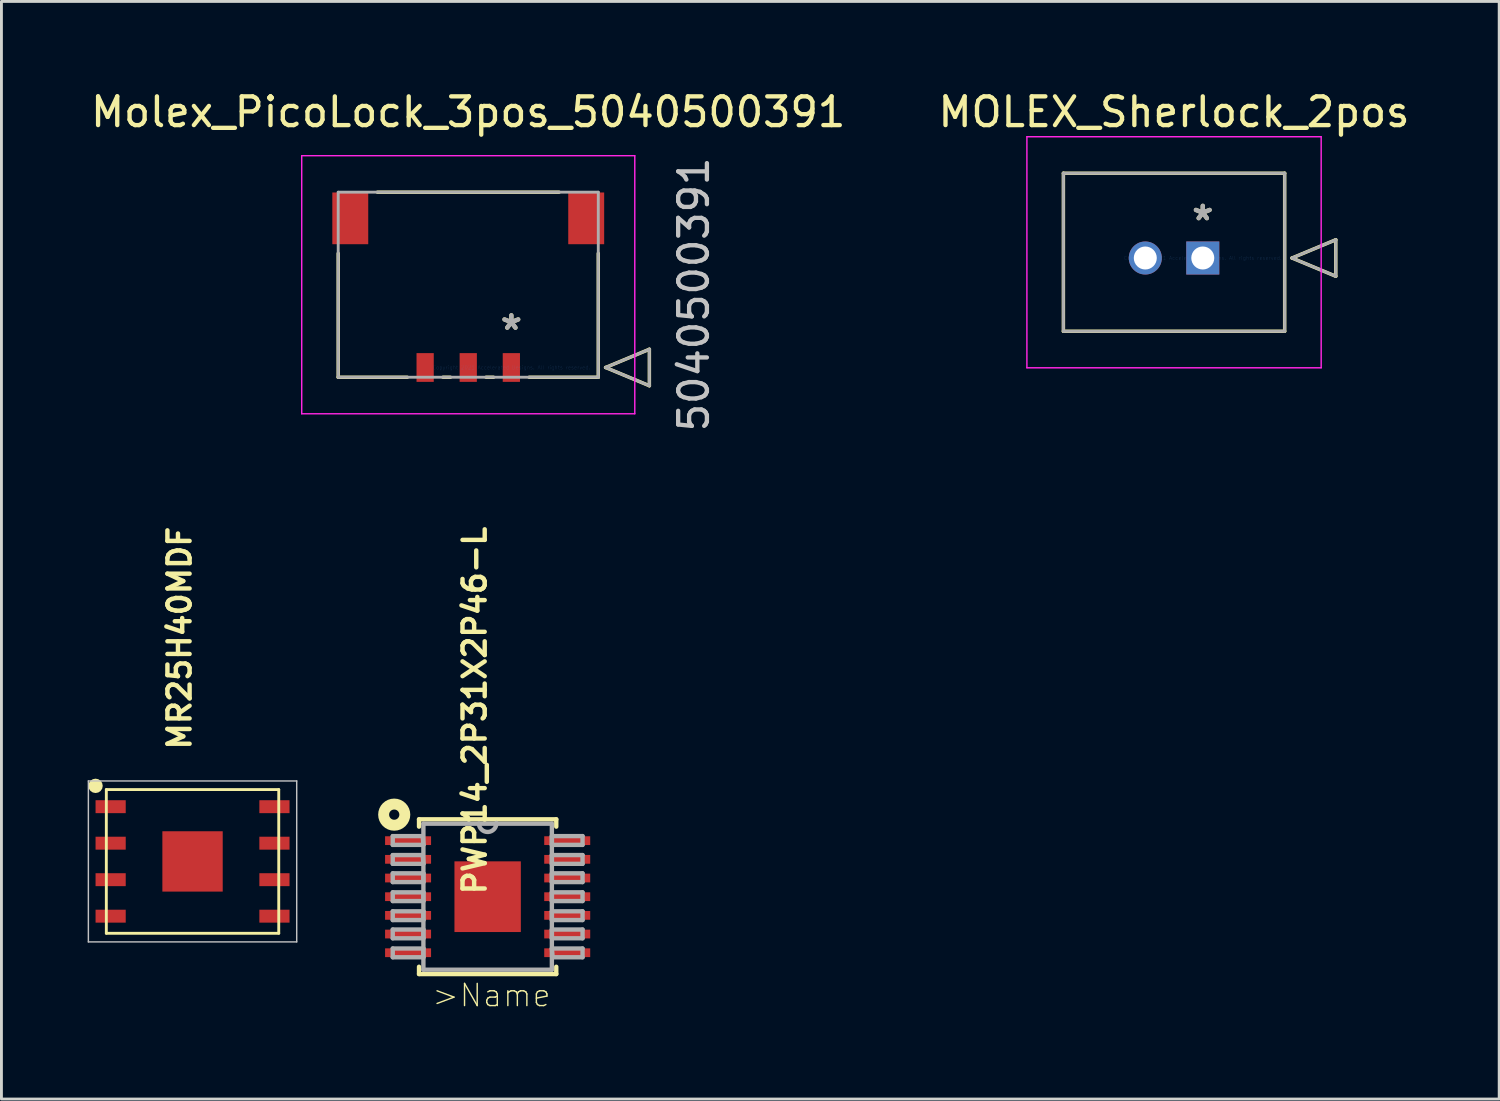
<source format=kicad_pcb>
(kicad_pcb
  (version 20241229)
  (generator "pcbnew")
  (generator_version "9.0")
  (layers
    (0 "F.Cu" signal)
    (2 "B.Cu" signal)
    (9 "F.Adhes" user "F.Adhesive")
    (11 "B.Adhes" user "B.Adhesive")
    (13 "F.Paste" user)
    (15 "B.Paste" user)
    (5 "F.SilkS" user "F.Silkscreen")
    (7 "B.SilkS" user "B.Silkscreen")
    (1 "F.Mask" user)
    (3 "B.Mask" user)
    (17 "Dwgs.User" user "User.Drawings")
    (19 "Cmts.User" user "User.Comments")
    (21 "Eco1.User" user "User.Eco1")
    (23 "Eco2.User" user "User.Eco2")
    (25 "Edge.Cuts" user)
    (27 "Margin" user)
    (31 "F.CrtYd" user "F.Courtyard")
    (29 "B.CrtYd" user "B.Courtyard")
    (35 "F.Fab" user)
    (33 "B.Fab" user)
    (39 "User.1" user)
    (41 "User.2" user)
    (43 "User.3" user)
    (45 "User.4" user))
  (footprint "PWP14_2P31X2P46-L"
    (layer "F.Cu")
    (at 13.919 28.153)
    (property "Reference" "PWP14_2P31X2P46-L" (at 0 0 90) (layer "F.SilkS") (effects (font (size 0.772 0.772) (thickness 0.154)) (justify left bottom)))
    (attr smd)
    (fp_line (start -2.388 -2.692) (end -2.388 -2.438) (stroke (width 0.152) (type solid)) (layer "F.SilkS"))
    (fp_line (start -2.388 2.438) (end -2.388 2.692) (stroke (width 0.152) (type solid)) (layer "F.SilkS"))
    (fp_line (start -2.388 2.692) (end 2.388 2.692) (stroke (width 0.152) (type solid)) (layer "F.SilkS"))
    (fp_line (start 2.388 -2.692) (end -2.388 -2.692) (stroke (width 0.152) (type solid)) (layer "F.SilkS"))
    (fp_line (start 2.388 -2.438) (end 2.388 -2.692) (stroke (width 0.152) (type solid)) (layer "F.SilkS"))
    (fp_line (start 2.388 2.692) (end 2.388 2.438) (stroke (width 0.152) (type solid)) (layer "F.SilkS"))
    (fp_circle (center -3.251 -2.855) (end -3.073 -2.855) (stroke (width 0.381) (type solid)) (fill no) (layer "F.SilkS"))
    (fp_poly (pts (xy -1.155 -1.23) (xy -1.155 1.23) (xy 1.155 1.23) (xy 1.155 -1.23)) (stroke (width 0) (type solid)) (fill yes) (layer "F.Paste"))
    (fp_line (start -3.302 -2.108) (end -3.302 -1.803) (stroke (width 0.152) (type solid)) (layer "F.Fab"))
    (fp_line (start -3.302 -1.803) (end -2.235 -1.803) (stroke (width 0.152) (type solid)) (layer "F.Fab"))
    (fp_line (start -3.302 -1.448) (end -3.302 -1.143) (stroke (width 0.152) (type solid)) (layer "F.Fab"))
    (fp_line (start -3.302 -1.143) (end -2.235 -1.143) (stroke (width 0.152) (type solid)) (layer "F.Fab"))
    (fp_line (start -3.302 -0.813) (end -3.302 -0.508) (stroke (width 0.152) (type solid)) (layer "F.Fab"))
    (fp_line (start -3.302 -0.508) (end -2.235 -0.508) (stroke (width 0.152) (type solid)) (layer "F.Fab"))
    (fp_line (start -3.302 -0.152) (end -3.302 0.152) (stroke (width 0.152) (type solid)) (layer "F.Fab"))
    (fp_line (start -3.302 0.152) (end -2.235 0.152) (stroke (width 0.152) (type solid)) (layer "F.Fab"))
    (fp_line (start -3.302 0.508) (end -3.302 0.813) (stroke (width 0.152) (type solid)) (layer "F.Fab"))
    (fp_line (start -3.302 0.813) (end -2.235 0.813) (stroke (width 0.152) (type solid)) (layer "F.Fab"))
    (fp_line (start -3.302 1.143) (end -3.302 1.448) (stroke (width 0.152) (type solid)) (layer "F.Fab"))
    (fp_line (start -3.302 1.448) (end -2.235 1.448) (stroke (width 0.152) (type solid)) (layer "F.Fab"))
    (fp_line (start -3.302 1.803) (end -3.302 2.108) (stroke (width 0.152) (type solid)) (layer "F.Fab"))
    (fp_line (start -3.302 2.108) (end -2.235 2.108) (stroke (width 0.152) (type solid)) (layer "F.Fab"))
    (fp_line (start -2.261 -2.108) (end -3.302 -2.108) (stroke (width 0.152) (type solid)) (layer "F.Fab"))
    (fp_line (start -2.261 -1.448) (end -3.302 -1.448) (stroke (width 0.152) (type solid)) (layer "F.Fab"))
    (fp_line (start -2.235 -2.54) (end -2.235 2.54) (stroke (width 0.152) (type solid)) (layer "F.Fab"))
    (fp_line (start -2.235 -1.803) (end -2.261 -2.108) (stroke (width 0.152) (type solid)) (layer "F.Fab"))
    (fp_line (start -2.235 -1.143) (end -2.261 -1.448) (stroke (width 0.152) (type solid)) (layer "F.Fab"))
    (fp_line (start -2.235 -0.813) (end -3.302 -0.813) (stroke (width 0.152) (type solid)) (layer "F.Fab"))
    (fp_line (start -2.235 -0.508) (end -2.235 -0.813) (stroke (width 0.152) (type solid)) (layer "F.Fab"))
    (fp_line (start -2.235 -0.152) (end -3.302 -0.152) (stroke (width 0.152) (type solid)) (layer "F.Fab"))
    (fp_line (start -2.235 0.152) (end -2.235 -0.152) (stroke (width 0.152) (type solid)) (layer "F.Fab"))
    (fp_line (start -2.235 0.508) (end -3.302 0.508) (stroke (width 0.152) (type solid)) (layer "F.Fab"))
    (fp_line (start -2.235 0.813) (end -2.235 0.508) (stroke (width 0.152) (type solid)) (layer "F.Fab"))
    (fp_line (start -2.235 1.143) (end -3.302 1.143) (stroke (width 0.152) (type solid)) (layer "F.Fab"))
    (fp_line (start -2.235 1.448) (end -2.235 1.143) (stroke (width 0.152) (type solid)) (layer "F.Fab"))
    (fp_line (start -2.235 1.803) (end -3.302 1.803) (stroke (width 0.152) (type solid)) (layer "F.Fab"))
    (fp_line (start -2.235 2.108) (end -2.235 1.803) (stroke (width 0.152) (type solid)) (layer "F.Fab"))
    (fp_line (start -2.235 2.54) (end 2.235 2.54) (stroke (width 0.152) (type solid)) (layer "F.Fab"))
    (fp_line (start -0.305 -2.54) (end -2.235 -2.54) (stroke (width 0.152) (type solid)) (layer "F.Fab"))
    (fp_line (start 2.235 -2.54) (end -0.305 -2.54) (stroke (width 0.152) (type solid)) (layer "F.Fab"))
    (fp_line (start 2.235 -2.108) (end 2.235 -1.803) (stroke (width 0.152) (type solid)) (layer "F.Fab"))
    (fp_line (start 2.235 -1.803) (end 3.302 -1.803) (stroke (width 0.152) (type solid)) (layer "F.Fab"))
    (fp_line (start 2.235 -1.448) (end 2.235 -1.143) (stroke (width 0.152) (type solid)) (layer "F.Fab"))
    (fp_line (start 2.235 -1.143) (end 3.302 -1.143) (stroke (width 0.152) (type solid)) (layer "F.Fab"))
    (fp_line (start 2.235 -0.813) (end 2.235 -0.508) (stroke (width 0.152) (type solid)) (layer "F.Fab"))
    (fp_line (start 2.235 -0.508) (end 3.302 -0.508) (stroke (width 0.152) (type solid)) (layer "F.Fab"))
    (fp_line (start 2.235 -0.152) (end 2.235 0.152) (stroke (width 0.152) (type solid)) (layer "F.Fab"))
    (fp_line (start 2.235 0.152) (end 3.302 0.152) (stroke (width 0.152) (type solid)) (layer "F.Fab"))
    (fp_line (start 2.235 0.508) (end 2.235 0.813) (stroke (width 0.152) (type solid)) (layer "F.Fab"))
    (fp_line (start 2.235 0.813) (end 3.302 0.813) (stroke (width 0.152) (type solid)) (layer "F.Fab"))
    (fp_line (start 2.235 1.143) (end 2.235 1.448) (stroke (width 0.152) (type solid)) (layer "F.Fab"))
    (fp_line (start 2.235 1.448) (end 3.302 1.448) (stroke (width 0.152) (type solid)) (layer "F.Fab"))
    (fp_line (start 2.235 1.803) (end 2.261 2.108) (stroke (width 0.152) (type solid)) (layer "F.Fab"))
    (fp_line (start 2.235 2.54) (end 2.235 -2.54) (stroke (width 0.152) (type solid)) (layer "F.Fab"))
    (fp_line (start 2.261 2.108) (end 3.302 2.108) (stroke (width 0.152) (type solid)) (layer "F.Fab"))
    (fp_line (start 3.302 -2.108) (end 2.235 -2.108) (stroke (width 0.152) (type solid)) (layer "F.Fab"))
    (fp_line (start 3.302 -1.803) (end 3.302 -2.108) (stroke (width 0.152) (type solid)) (layer "F.Fab"))
    (fp_line (start 3.302 -1.448) (end 2.235 -1.448) (stroke (width 0.152) (type solid)) (layer "F.Fab"))
    (fp_line (start 3.302 -1.143) (end 3.302 -1.448) (stroke (width 0.152) (type solid)) (layer "F.Fab"))
    (fp_line (start 3.302 -0.813) (end 2.235 -0.813) (stroke (width 0.152) (type solid)) (layer "F.Fab"))
    (fp_line (start 3.302 -0.508) (end 3.302 -0.813) (stroke (width 0.152) (type solid)) (layer "F.Fab"))
    (fp_line (start 3.302 -0.152) (end 2.235 -0.152) (stroke (width 0.152) (type solid)) (layer "F.Fab"))
    (fp_line (start 3.302 0.152) (end 3.302 -0.152) (stroke (width 0.152) (type solid)) (layer "F.Fab"))
    (fp_line (start 3.302 0.508) (end 2.235 0.508) (stroke (width 0.152) (type solid)) (layer "F.Fab"))
    (fp_line (start 3.302 0.813) (end 3.302 0.508) (stroke (width 0.152) (type solid)) (layer "F.Fab"))
    (fp_line (start 3.302 1.143) (end 2.235 1.143) (stroke (width 0.152) (type solid)) (layer "F.Fab"))
    (fp_line (start 3.302 1.448) (end 3.302 1.143) (stroke (width 0.152) (type solid)) (layer "F.Fab"))
    (fp_line (start 3.302 1.803) (end 2.235 1.803) (stroke (width 0.152) (type solid)) (layer "F.Fab"))
    (fp_line (start 3.302 2.108) (end 3.302 1.803) (stroke (width 0.152) (type solid)) (layer "F.Fab"))
    (fp_arc (start 0.3048 -2.5654) (mid 0.0127 -2.2479) (end -0.3048 -2.54) (stroke (width 0.1524) (type solid)) (layer "F.Fab"))
    (fp_text user ">Name" (at -1.976 3.886 0) (layer "F.SilkS") (effects (font (size 0.772 0.772) (thickness 0.049)) (justify left bottom)))
    (pad "1" smd rect (at -2.769 -1.95) (size 1.6 0.305) (layers "F.Cu" "F.Mask" "F.Paste"))
    (pad "2" smd rect (at -2.769 -1.3) (size 1.6 0.305) (layers "F.Cu" "F.Mask" "F.Paste"))
    (pad "3" smd rect (at -2.769 -0.65) (size 1.6 0.305) (layers "F.Cu" "F.Mask" "F.Paste"))
    (pad "4" smd rect (at -2.769 0) (size 1.6 0.305) (layers "F.Cu" "F.Mask" "F.Paste"))
    (pad "5" smd rect (at -2.769 0.65) (size 1.6 0.305) (layers "F.Cu" "F.Mask" "F.Paste"))
    (pad "6" smd rect (at -2.769 1.3) (size 1.6 0.305) (layers "F.Cu" "F.Mask" "F.Paste"))
    (pad "7" smd rect (at -2.769 1.95) (size 1.6 0.305) (layers "F.Cu" "F.Mask" "F.Paste"))
    (pad "8" smd rect (at 2.769 1.95) (size 1.6 0.305) (layers "F.Cu" "F.Mask" "F.Paste"))
    (pad "9" smd rect (at 2.769 1.3) (size 1.6 0.305) (layers "F.Cu" "F.Mask" "F.Paste"))
    (pad "10" smd rect (at 2.769 0.65) (size 1.6 0.305) (layers "F.Cu" "F.Mask" "F.Paste"))
    (pad "11" smd rect (at 2.769 0) (size 1.6 0.305) (layers "F.Cu" "F.Mask" "F.Paste"))
    (pad "12" smd rect (at 2.769 -0.65) (size 1.6 0.305) (layers "F.Cu" "F.Mask" "F.Paste"))
    (pad "13" smd rect (at 2.769 -1.3) (size 1.6 0.305) (layers "F.Cu" "F.Mask" "F.Paste"))
    (pad "14" smd rect (at 2.769 -1.95) (size 1.6 0.305) (layers "F.Cu" "F.Mask" "F.Paste"))
    (pad "15" smd rect (at 0 0) (size 2.31 2.46) (layers "F.Cu" "F.Mask" "F.Paste")))
  (footprint "Molex_PicoLock_3pos_5040500391"
    (layer "F.Cu")
    (at 13.474 5.928)
    (property "Reference" "Molex_PicoLock_3pos_5040500391" (at -0.23 -5.08 0) (layer "F.SilkS") (effects (font (size 1 1) (thickness 0.15))))
    (attr through_hole)
    (fp_line (start -4.755 -0.16) (end -4.755 4.15) (stroke (width 0.12) (type solid)) (layer "F.SilkS"))
    (fp_line (start -4.755 4.15) (end -2.35 4.15) (stroke (width 0.12) (type solid)) (layer "F.SilkS"))
    (fp_line (start -1.11 4.15) (end -0.85 4.15) (stroke (width 0.12) (type solid)) (layer "F.SilkS"))
    (fp_line (start 0.39 4.15) (end 0.65 4.15) (stroke (width 0.12) (type solid)) (layer "F.SilkS"))
    (fp_line (start 1.89 4.15) (end 4.295 4.15) (stroke (width 0.12) (type solid)) (layer "F.SilkS"))
    (fp_line (start 2.93 -2.29) (end -3.39 -2.29) (stroke (width 0.12) (type solid)) (layer "F.SilkS"))
    (fp_line (start 4.295 4.15) (end 4.295 -0.16) (stroke (width 0.12) (type solid)) (layer "F.SilkS"))
    (fp_line (start 4.549 3.81) (end 6.073 3.175) (stroke (width 0.12) (type solid)) (layer "F.SilkS"))
    (fp_line (start 6.073 3.175) (end 6.073 4.445) (stroke (width 0.12) (type solid)) (layer "F.SilkS"))
    (fp_line (start 6.073 4.445) (end 4.549 3.81) (stroke (width 0.12) (type solid)) (layer "F.SilkS"))
    (fp_line (start -6.025 -3.56) (end -6.025 5.42) (stroke (width 0.05) (type solid)) (layer "F.CrtYd"))
    (fp_line (start -6.025 5.42) (end 5.565 5.42) (stroke (width 0.05) (type solid)) (layer "F.CrtYd"))
    (fp_line (start 5.565 -3.56) (end -6.025 -3.56) (stroke (width 0.05) (type solid)) (layer "F.CrtYd"))
    (fp_line (start 5.565 5.42) (end 5.565 -3.56) (stroke (width 0.05) (type solid)) (layer "F.CrtYd"))
    (fp_line (start -4.755 -2.29) (end -4.755 4.15) (stroke (width 0.1) (type solid)) (layer "F.Fab"))
    (fp_line (start -4.755 4.15) (end 4.295 4.15) (stroke (width 0.1) (type solid)) (layer "F.Fab"))
    (fp_line (start 4.295 -2.29) (end -4.755 -2.29) (stroke (width 0.1) (type solid)) (layer "F.Fab"))
    (fp_line (start 4.295 4.15) (end 4.295 -2.29) (stroke (width 0.1) (type solid)) (layer "F.Fab"))
    (fp_line (start 4.549 3.81) (end 6.073 3.175) (stroke (width 0.1) (type solid)) (layer "F.Fab"))
    (fp_line (start 6.073 3.175) (end 6.073 4.445) (stroke (width 0.1) (type solid)) (layer "F.Fab"))
    (fp_line (start 6.073 4.445) (end 4.549 3.81) (stroke (width 0.1) (type solid)) (layer "F.Fab"))
    (fp_text user "*" (at 1.27 2.54 0) (layer "F.SilkS") (effects (font (size 1 1) (thickness 0.15))))
    (fp_text user "5040500391" (at 7.62 1.27 90) (layer "Dwgs.User") (effects (font (size 1 1) (thickness 0.15))))
    (fp_text user "Copyright 2021 Accelerated Designs. All rights reserved." (at 1.27 3.81 0) (layer "Cmts.User") (effects (font (size 0.127 0.127) (thickness 0.002))))
    (fp_text user "*" (at 1.27 2.54 0) (layer "F.Fab") (effects (font (size 1 1) (thickness 0.15))))
    (pad "1" smd rect (at 1.27 3.81) (size 0.6 1) (layers "F.Cu" "F.Mask" "F.Paste"))
    (pad "2" smd rect (at -0.23 3.81) (size 0.6 1) (layers "F.Cu" "F.Mask" "F.Paste"))
    (pad "3" smd rect (at -1.73 3.81) (size 0.6 1) (layers "F.Cu" "F.Mask" "F.Paste"))
    (pad "4" smd rect (at 3.875 -1.38) (size 1.25 1.8) (layers "F.Cu" "F.Mask" "F.Paste"))
    (pad "5" smd rect (at -4.335 -1.38) (size 1.25 1.8) (layers "F.Cu" "F.Mask" "F.Paste")))
  (footprint "MOLEX_Sherlock_2pos"
    (layer "F.Cu")
    (at 38.804 5.928)
    (property "Reference" "MOLEX_Sherlock_2pos" (at -1 -5.08 0) (layer "F.SilkS") (effects (font (size 1 1) (thickness 0.15))))
    (attr through_hole)
    (fp_line (start -4.85 -2.95) (end -4.85 2.55) (stroke (width 0.12) (type solid)) (layer "F.SilkS"))
    (fp_line (start -4.85 2.55) (end 2.85 2.55) (stroke (width 0.12) (type solid)) (layer "F.SilkS"))
    (fp_line (start 2.85 -2.95) (end -4.85 -2.95) (stroke (width 0.12) (type solid)) (layer "F.SilkS"))
    (fp_line (start 2.85 2.55) (end 2.85 -2.95) (stroke (width 0.12) (type solid)) (layer "F.SilkS"))
    (fp_line (start 3.104 0) (end 4.628 -0.635) (stroke (width 0.12) (type solid)) (layer "F.SilkS"))
    (fp_line (start 4.628 -0.635) (end 4.628 0.635) (stroke (width 0.12) (type solid)) (layer "F.SilkS"))
    (fp_line (start 4.628 0.635) (end 3.104 0) (stroke (width 0.12) (type solid)) (layer "F.SilkS"))
    (fp_line (start -6.12 -4.22) (end -6.12 3.82) (stroke (width 0.05) (type solid)) (layer "F.CrtYd"))
    (fp_line (start -6.12 3.82) (end 4.12 3.82) (stroke (width 0.05) (type solid)) (layer "F.CrtYd"))
    (fp_line (start 4.12 -4.22) (end -6.12 -4.22) (stroke (width 0.05) (type solid)) (layer "F.CrtYd"))
    (fp_line (start 4.12 3.82) (end 4.12 -4.22) (stroke (width 0.05) (type solid)) (layer "F.CrtYd"))
    (fp_line (start -4.85 -2.95) (end -4.85 2.55) (stroke (width 0.1) (type solid)) (layer "F.Fab"))
    (fp_line (start -4.85 2.55) (end 2.85 2.55) (stroke (width 0.1) (type solid)) (layer "F.Fab"))
    (fp_line (start 2.85 -2.95) (end -4.85 -2.95) (stroke (width 0.1) (type solid)) (layer "F.Fab"))
    (fp_line (start 2.85 2.55) (end 2.85 -2.95) (stroke (width 0.1) (type solid)) (layer "F.Fab"))
    (fp_line (start 3.104 0) (end 4.628 -0.635) (stroke (width 0.1) (type solid)) (layer "F.Fab"))
    (fp_line (start 4.628 -0.635) (end 4.628 0.635) (stroke (width 0.1) (type solid)) (layer "F.Fab"))
    (fp_line (start 4.628 0.635) (end 3.104 0) (stroke (width 0.1) (type solid)) (layer "F.Fab"))
    (fp_text user "*" (at 0 -1.27 0) (layer "F.SilkS") (effects (font (size 1 1) (thickness 0.15))))
    (fp_text user "Copyright 2021 Accelerated Designs. All rights reserved." (at 0 0 0) (layer "Cmts.User") (effects (font (size 0.127 0.127) (thickness 0.002))))
    (fp_text user "*" (at 0 -1.27 0) (layer "F.Fab") (effects (font (size 1 1) (thickness 0.15))))
    (pad "1" thru_hole rect (at 0 0) (size 1.15 1.15) (drill 0.8) (layers "*.Cu" "*.Mask"))
    (pad "2" thru_hole circle (at -2 0) (size 1.15 1.15) (drill 0.8) (layers "*.Cu" "*.Mask")))
  (footprint "MR25H40MDF"
    (layer "F.Cu")
    (at 3.65 26.926)
    (property "Reference" "MR25H40MDF" (at 0 -3.81 270) (layer "F.SilkS") (effects (font (size 0.772 0.772) (thickness 0.154)) (justify left bottom)))
    (attr smd)
    (fp_line (start -3 -2.5) (end 3 -2.5) (stroke (width 0.1) (type solid)) (layer "F.SilkS"))
    (fp_line (start -3 2.5) (end -3 -2.5) (stroke (width 0.1) (type solid)) (layer "F.SilkS"))
    (fp_line (start 3 -2.5) (end 3 2.5) (stroke (width 0.1) (type solid)) (layer "F.SilkS"))
    (fp_line (start 3 2.5) (end -3 2.5) (stroke (width 0.1) (type solid)) (layer "F.SilkS"))
    (fp_circle (center -3.375 -2.63) (end -3.25 -2.63) (stroke (width 0.25) (type solid)) (fill no) (layer "F.SilkS"))
    (fp_line (start -3.625 -2.8) (end 3.625 -2.8) (stroke (width 0.05) (type solid)) (layer "Dwgs.User"))
    (fp_line (start -3.625 2.8) (end -3.625 -2.8) (stroke (width 0.05) (type solid)) (layer "Dwgs.User"))
    (fp_line (start 3.625 -2.8) (end 3.625 2.8) (stroke (width 0.05) (type solid)) (layer "Dwgs.User"))
    (fp_line (start 3.625 2.8) (end -3.625 2.8) (stroke (width 0.05) (type solid)) (layer "Dwgs.User"))
    (pad "1" smd rect (at -2.85 -1.905) (size 1.05 0.45) (layers "F.Cu" "F.Mask" "F.Paste"))
    (pad "2" smd rect (at -2.85 -0.635) (size 1.05 0.45) (layers "F.Cu" "F.Mask" "F.Paste"))
    (pad "3" smd rect (at -2.85 0.635) (size 1.05 0.45) (layers "F.Cu" "F.Mask" "F.Paste"))
    (pad "4" smd rect (at -2.85 1.905) (size 1.05 0.45) (layers "F.Cu" "F.Mask" "F.Paste"))
    (pad "5" smd rect (at 2.85 1.905) (size 1.05 0.45) (layers "F.Cu" "F.Mask" "F.Paste"))
    (pad "6" smd rect (at 2.85 0.635) (size 1.05 0.45) (layers "F.Cu" "F.Mask" "F.Paste"))
    (pad "7" smd rect (at 2.85 -0.635) (size 1.05 0.45) (layers "F.Cu" "F.Mask" "F.Paste"))
    (pad "8" smd rect (at 2.85 -1.905) (size 1.05 0.45) (layers "F.Cu" "F.Mask" "F.Paste"))
    (pad "9" smd rect (at 0 0 90) (size 2.1 2.1) (layers "F.Cu" "F.Mask" "F.Paste")))
  (gr_rect
    (start -3 -3)
    (end 49.119 35.195)
    (stroke (width 0.1) (type default))
    (fill no)
    (layer "Edge.Cuts")))
</source>
